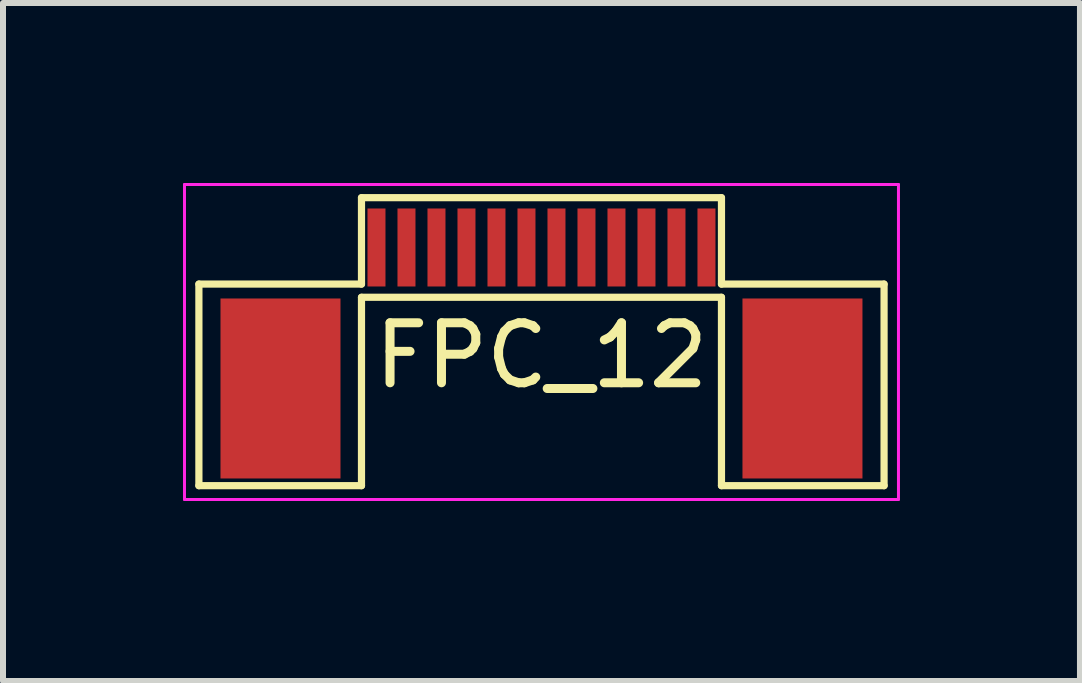
<source format=kicad_pcb>
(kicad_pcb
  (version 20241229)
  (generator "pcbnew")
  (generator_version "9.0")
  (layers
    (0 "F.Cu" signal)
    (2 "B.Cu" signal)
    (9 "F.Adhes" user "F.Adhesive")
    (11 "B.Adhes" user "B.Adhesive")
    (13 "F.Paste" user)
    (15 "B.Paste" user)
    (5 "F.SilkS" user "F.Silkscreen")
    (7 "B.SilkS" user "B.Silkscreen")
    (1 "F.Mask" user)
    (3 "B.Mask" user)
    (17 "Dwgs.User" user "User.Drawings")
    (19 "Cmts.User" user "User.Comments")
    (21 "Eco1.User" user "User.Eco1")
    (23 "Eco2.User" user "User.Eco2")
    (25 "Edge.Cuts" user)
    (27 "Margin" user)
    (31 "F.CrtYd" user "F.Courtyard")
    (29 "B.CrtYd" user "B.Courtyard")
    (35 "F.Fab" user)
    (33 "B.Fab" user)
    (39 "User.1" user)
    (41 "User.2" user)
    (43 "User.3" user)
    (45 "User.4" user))
  (footprint "FPC_12"
    (layer "F.Cu")
    (at 5.975 1.075)
    (property "Reference" "FPC_12" (at 0 1.8 0) (layer "F.SilkS") (effects (font (size 1 1) (thickness 0.15))))
    (attr through_hole)
    (fp_line (start -5.71 0.61) (end -3 0.61) (stroke (width 0.12) (type solid)) (layer "F.SilkS"))
    (fp_line (start -5.71 3.97) (end -5.71 0.61) (stroke (width 0.12) (type solid)) (layer "F.SilkS"))
    (fp_line (start -3 -0.83) (end 3 -0.83) (stroke (width 0.12) (type solid)) (layer "F.SilkS"))
    (fp_line (start -3 0.61) (end -3 -0.83) (stroke (width 0.12) (type solid)) (layer "F.SilkS"))
    (fp_line (start -3 0.83) (end -3 3.97) (stroke (width 0.12) (type solid)) (layer "F.SilkS"))
    (fp_line (start -3 0.83) (end 3 0.83) (stroke (width 0.12) (type solid)) (layer "F.SilkS"))
    (fp_line (start -3 3.97) (end -5.71 3.97) (stroke (width 0.12) (type solid)) (layer "F.SilkS"))
    (fp_line (start 3 0.61) (end 3 -0.83) (stroke (width 0.12) (type solid)) (layer "F.SilkS"))
    (fp_line (start 3 0.83) (end 3 3.97) (stroke (width 0.12) (type solid)) (layer "F.SilkS"))
    (fp_line (start 3 3.97) (end 5.71 3.97) (stroke (width 0.12) (type solid)) (layer "F.SilkS"))
    (fp_line (start 5.71 0.61) (end 3 0.61) (stroke (width 0.12) (type solid)) (layer "F.SilkS"))
    (fp_line (start 5.71 3.97) (end 5.71 0.61) (stroke (width 0.12) (type solid)) (layer "F.SilkS"))
    (fp_line (start -5.95 -1.05) (end -5.95 4.2) (stroke (width 0.05) (type solid)) (layer "F.CrtYd"))
    (fp_line (start -5.95 -1.05) (end 5.95 -1.05) (stroke (width 0.05) (type solid)) (layer "F.CrtYd"))
    (fp_line (start -5.95 4.2) (end 5.95 4.2) (stroke (width 0.05) (type solid)) (layer "F.CrtYd"))
    (fp_line (start 5.95 -1.05) (end 5.95 4.2) (stroke (width 0.05) (type solid)) (layer "F.CrtYd"))
    (pad "0" smd rect (at -4.35 2.35) (size 2 3) (layers "F.Cu" "F.Mask" "F.Paste"))
    (pad "0" smd rect (at 4.35 2.35) (size 2 3) (layers "F.Cu" "F.Mask" "F.Paste"))
    (pad "1" smd rect (at -2.75 0) (size 0.3 1.3) (layers "F.Cu" "F.Mask" "F.Paste"))
    (pad "2" smd rect (at -2.25 0) (size 0.3 1.3) (layers "F.Cu" "F.Mask" "F.Paste"))
    (pad "3" smd rect (at -1.75 0) (size 0.3 1.3) (layers "F.Cu" "F.Mask" "F.Paste"))
    (pad "4" smd rect (at -1.25 0) (size 0.3 1.3) (layers "F.Cu" "F.Mask" "F.Paste"))
    (pad "5" smd rect (at -0.75 0) (size 0.3 1.3) (layers "F.Cu" "F.Mask" "F.Paste"))
    (pad "6" smd rect (at -0.25 0) (size 0.3 1.3) (layers "F.Cu" "F.Mask" "F.Paste"))
    (pad "7" smd rect (at 0.25 0) (size 0.3 1.3) (layers "F.Cu" "F.Mask" "F.Paste"))
    (pad "8" smd rect (at 0.75 0) (size 0.3 1.3) (layers "F.Cu" "F.Mask" "F.Paste"))
    (pad "9" smd rect (at 1.25 0) (size 0.3 1.3) (layers "F.Cu" "F.Mask" "F.Paste"))
    (pad "10" smd rect (at 1.75 0) (size 0.3 1.3) (layers "F.Cu" "F.Mask" "F.Paste"))
    (pad "11" smd rect (at 2.25 0) (size 0.3 1.3) (layers "F.Cu" "F.Mask" "F.Paste"))
    (pad "12" smd rect (at 2.75 0) (size 0.3 1.3) (layers "F.Cu" "F.Mask" "F.Paste")))
  (gr_rect
    (start -3 -3)
    (end 14.95 8.3)
    (stroke (width 0.1) (type default))
    (fill no)
    (layer "Edge.Cuts")))
</source>
